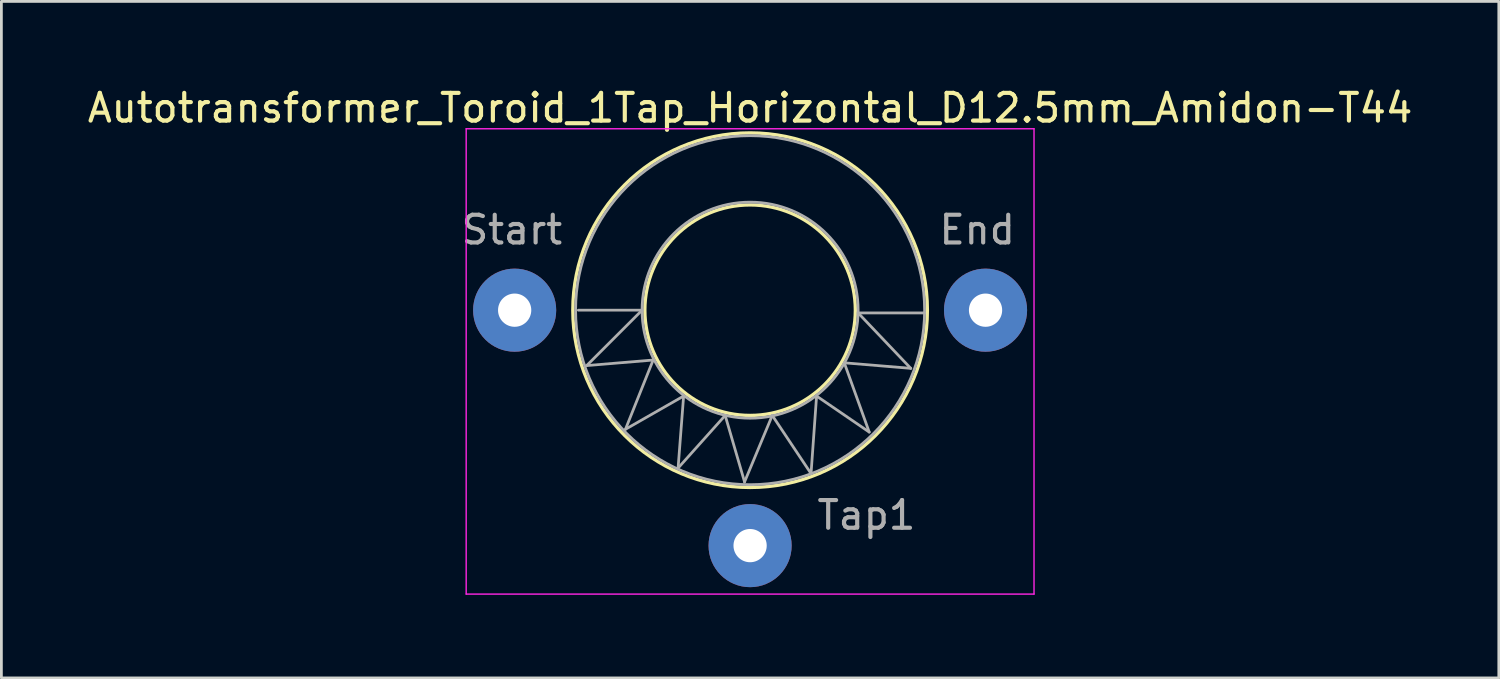
<source format=kicad_pcb>
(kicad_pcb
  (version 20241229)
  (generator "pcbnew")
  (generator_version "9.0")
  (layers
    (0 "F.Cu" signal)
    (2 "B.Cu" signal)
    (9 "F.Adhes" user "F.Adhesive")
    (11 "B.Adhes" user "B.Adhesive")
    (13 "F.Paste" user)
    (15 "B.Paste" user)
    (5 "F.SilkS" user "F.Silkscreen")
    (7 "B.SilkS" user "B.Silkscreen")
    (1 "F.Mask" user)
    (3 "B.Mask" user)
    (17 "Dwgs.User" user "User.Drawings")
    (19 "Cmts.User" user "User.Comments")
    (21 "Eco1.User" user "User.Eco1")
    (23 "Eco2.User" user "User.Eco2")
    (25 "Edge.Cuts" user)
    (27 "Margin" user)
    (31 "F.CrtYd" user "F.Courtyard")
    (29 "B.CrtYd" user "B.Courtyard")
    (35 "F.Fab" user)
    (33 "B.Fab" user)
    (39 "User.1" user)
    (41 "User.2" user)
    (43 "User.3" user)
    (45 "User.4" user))
  (footprint "Autotransformer_Toroid_1Tap_Horizontal_D12.5mm_Amidon-T44"
    (layer "F.Cu")
    (at 15.53 8.148)
    (property "Reference" "Autotransformer_Toroid_1Tap_Horizontal_D12.5mm_Amidon-T44" (at 8.5 -7.3 0) (layer "F.SilkS") (effects (font (size 1 1) (thickness 0.15))))
    (attr through_hole)
    (fp_circle (center 8.5 0) (end 12.3 0) (stroke (width 0.12) (type solid)) (fill no) (layer "F.SilkS"))
    (fp_circle (center 8.5 0) (end 14.9 0) (stroke (width 0.12) (type solid)) (fill no) (layer "F.SilkS"))
    (fp_line (start -1.75 -6.55) (end -1.75 10.25) (stroke (width 0.05) (type solid)) (layer "F.CrtYd"))
    (fp_line (start -1.75 -6.55) (end 18.75 -6.55) (stroke (width 0.05) (type solid)) (layer "F.CrtYd"))
    (fp_line (start 18.75 10.25) (end -1.75 10.25) (stroke (width 0.05) (type solid)) (layer "F.CrtYd"))
    (fp_line (start 18.75 10.25) (end 18.75 -6.55) (stroke (width 0.05) (type solid)) (layer "F.CrtYd"))
    (fp_line (start 2.3 0) (end 4.6 0) (stroke (width 0.1) (type solid)) (layer "F.Fab"))
    (fp_line (start 2.6 2) (end 5 1.8) (stroke (width 0.1) (type solid)) (layer "F.Fab"))
    (fp_line (start 4 4.3) (end 6.1 3.1) (stroke (width 0.1) (type solid)) (layer "F.Fab"))
    (fp_line (start 4.6 0) (end 2.6 2) (stroke (width 0.1) (type solid)) (layer "F.Fab"))
    (fp_line (start 5 1.8) (end 4 4.3) (stroke (width 0.1) (type solid)) (layer "F.Fab"))
    (fp_line (start 5.9 5.7) (end 7.6 3.8) (stroke (width 0.1) (type solid)) (layer "F.Fab"))
    (fp_line (start 6.1 3.1) (end 5.9 5.7) (stroke (width 0.1) (type solid)) (layer "F.Fab"))
    (fp_line (start 7.6 3.8) (end 8.3 6.2) (stroke (width 0.1) (type solid)) (layer "F.Fab"))
    (fp_line (start 8.3 6.2) (end 9.3 3.8) (stroke (width 0.1) (type solid)) (layer "F.Fab"))
    (fp_line (start 9.3 3.8) (end 10.7 5.9) (stroke (width 0.1) (type solid)) (layer "F.Fab"))
    (fp_line (start 10.7 5.9) (end 10.9 3.1) (stroke (width 0.1) (type solid)) (layer "F.Fab"))
    (fp_line (start 10.9 3.1) (end 12.8 4.4) (stroke (width 0.1) (type solid)) (layer "F.Fab"))
    (fp_line (start 11.9 1.9) (end 14.3 2.1) (stroke (width 0.1) (type solid)) (layer "F.Fab"))
    (fp_line (start 12.4 0.1) (end 14.8 0.1) (stroke (width 0.1) (type solid)) (layer "F.Fab"))
    (fp_line (start 12.8 4.4) (end 11.9 1.9) (stroke (width 0.1) (type solid)) (layer "F.Fab"))
    (fp_line (start 14.3 2.1) (end 12.4 0.1) (stroke (width 0.1) (type solid)) (layer "F.Fab"))
    (fp_circle (center 8.5 0) (end 12.4 0) (stroke (width 0.1) (type solid)) (fill no) (layer "F.Fab"))
    (fp_circle (center 8.5 0) (end 14.8 0) (stroke (width 0.1) (type solid)) (fill no) (layer "F.Fab"))
    (fp_text user "Start" (at -0.1 -2.9 0) (layer "F.Fab") (effects (font (size 1 1) (thickness 0.15))))
    (fp_text user "Tap1" (at 12.7 7.4 0) (layer "F.Fab") (effects (font (size 1 1) (thickness 0.15))))
    (fp_text user "End" (at 16.7 -2.9 0) (layer "F.Fab") (effects (font (size 1 1) (thickness 0.15))))
    (pad "1" thru_hole circle (at 0 0) (size 3 3) (drill 1.2) (layers "*.Cu" "*.Mask"))
    (pad "2" thru_hole circle (at 8.5 8.5) (size 3 3) (drill 1.2) (layers "*.Cu" "*.Mask"))
    (pad "3" thru_hole circle (at 17 0) (size 3 3) (drill 1.2) (layers "*.Cu" "*.Mask")))
  (gr_rect
    (start -3 -3)
    (end 51.06 21.423)
    (stroke (width 0.1) (type default))
    (fill no)
    (layer "Edge.Cuts")))
</source>
